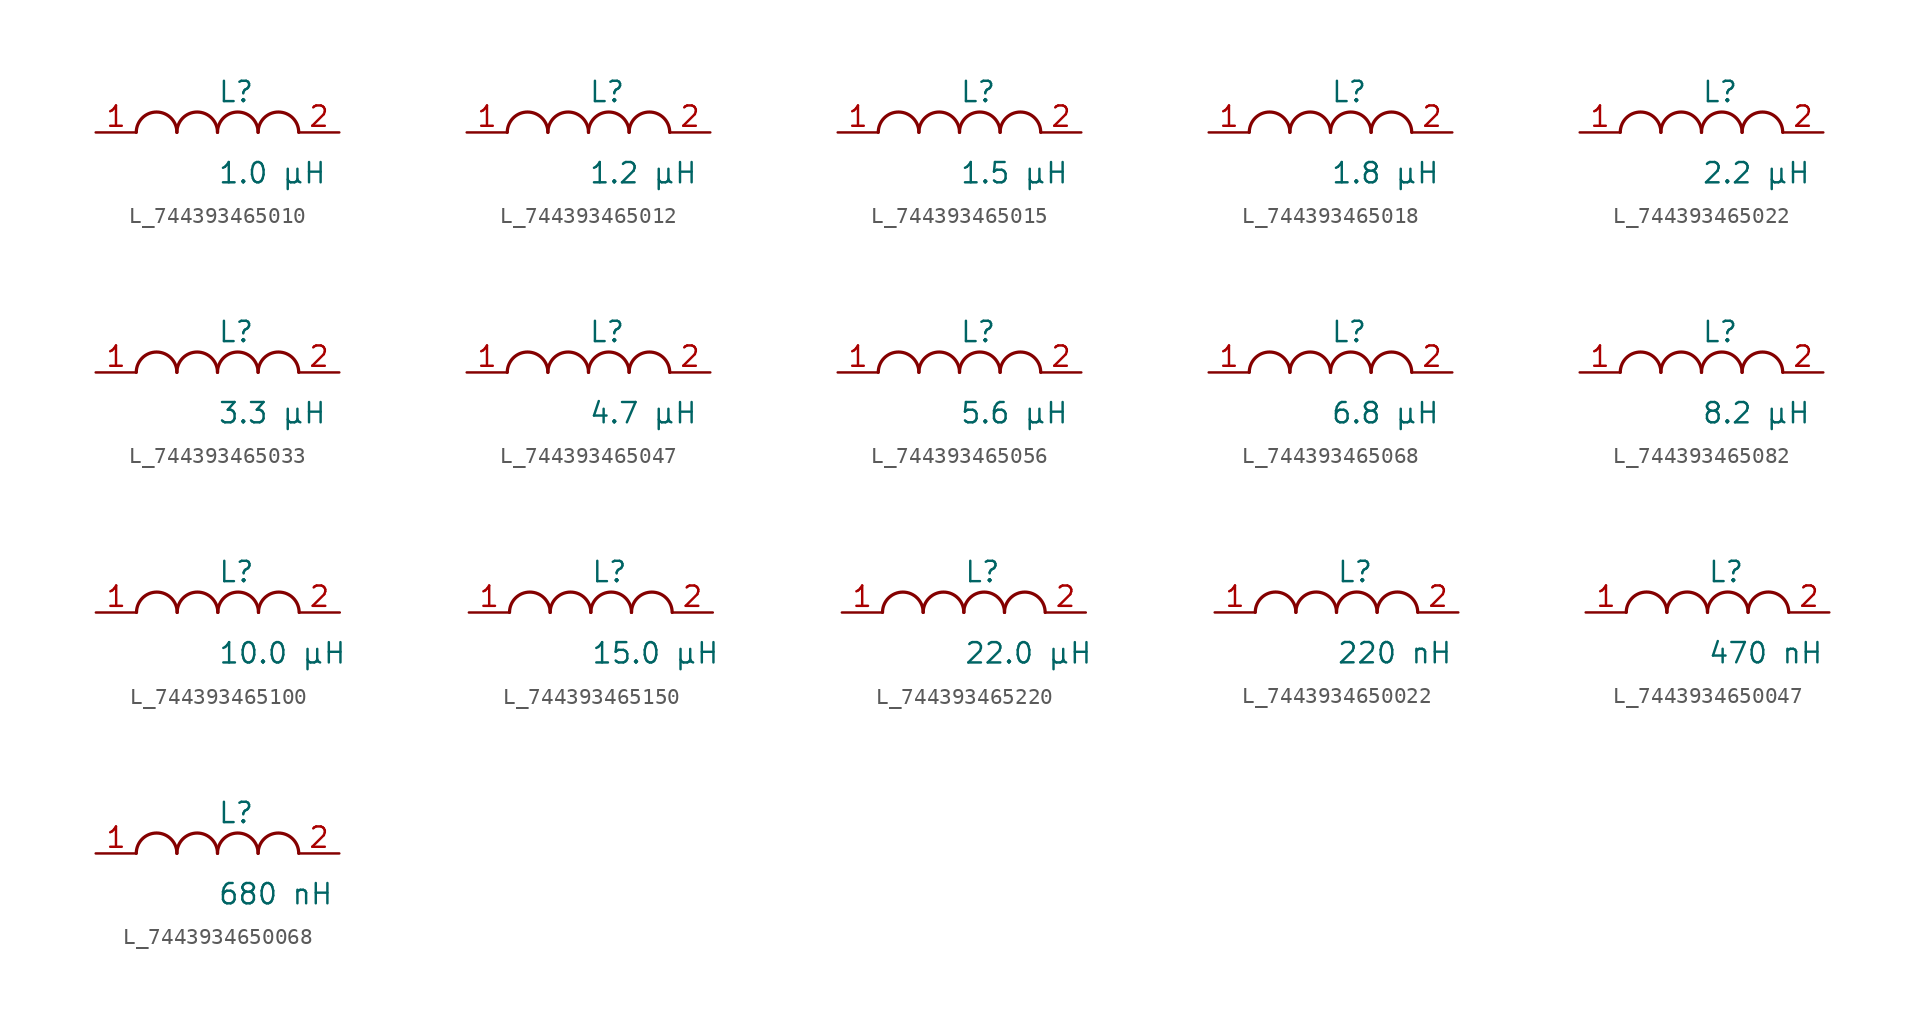
<source format=kicad_sym>
(kicad_symbol_lib
  (version 20231120)
  (generator kicad_symbol_editor)
  (generator_version 8.0)
  (symbol "L_744393465010"
    (pin_names
      (offset 0.254))
    (property "Reference" "L"
      (at 0 2.54 0)
      (effects (font (size 1.27 1.27)) (justify left)))
    (property "Value" "1.0 µH"
      (at 0 -2.54 0)
      (effects (font (size 1.27 1.27)) (justify left)))
    (symbol "L_744393465010_1_1"
      (arc (start -2.54 0.0056) (mid -3.81 1.27) (end -5.08 0.0056) (stroke (width 0.2032) (type default)) (fill (type none)))
      (arc (start 0 0.0056) (mid -1.27 1.27) (end -2.54 0.0056) (stroke (width 0.2032) (type default)) (fill (type none)))
      (arc (start 2.54 0.0056) (mid 1.27 1.27) (end 0 0.0056) (stroke (width 0.2032) (type default)) (fill (type none)))
      (arc (start 5.08 0.0056) (mid 3.81 1.27) (end 2.54 0.0056) (stroke (width 0.2032) (type default)) (fill (type none)))
      (pin unspecified line (at -7.62 0 0) (length 2.54) (name "" (effects (font (size 1.27 1.27)))) (number "1" (effects (font (size 1.27 1.27)))))
      (pin unspecified line (at 7.62 0 180) (length 2.54) (name "" (effects (font (size 1.27 1.27)))) (number "2" (effects (font (size 1.27 1.27)))))))
  (symbol "L_744393465012"
    (pin_names
      (offset 0.254))
    (property "Reference" "L"
      (at 0 2.54 0)
      (effects (font (size 1.27 1.27)) (justify left)))
    (property "Value" "1.2 µH"
      (at 0 -2.54 0)
      (effects (font (size 1.27 1.27)) (justify left)))
    (symbol "L_744393465012_1_1"
      (arc (start -2.54 0.0056) (mid -3.81 1.27) (end -5.08 0.0056) (stroke (width 0.2032) (type default)) (fill (type none)))
      (arc (start 0 0.0056) (mid -1.27 1.27) (end -2.54 0.0056) (stroke (width 0.2032) (type default)) (fill (type none)))
      (arc (start 2.54 0.0056) (mid 1.27 1.27) (end 0 0.0056) (stroke (width 0.2032) (type default)) (fill (type none)))
      (arc (start 5.08 0.0056) (mid 3.81 1.27) (end 2.54 0.0056) (stroke (width 0.2032) (type default)) (fill (type none)))
      (pin unspecified line (at -7.62 0 0) (length 2.54) (name "" (effects (font (size 1.27 1.27)))) (number "1" (effects (font (size 1.27 1.27)))))
      (pin unspecified line (at 7.62 0 180) (length 2.54) (name "" (effects (font (size 1.27 1.27)))) (number "2" (effects (font (size 1.27 1.27)))))))
  (symbol "L_744393465015"
    (pin_names
      (offset 0.254))
    (property "Reference" "L"
      (at 0 2.54 0)
      (effects (font (size 1.27 1.27)) (justify left)))
    (property "Value" "1.5 µH"
      (at 0 -2.54 0)
      (effects (font (size 1.27 1.27)) (justify left)))
    (symbol "L_744393465015_1_1"
      (arc (start -2.54 0.0056) (mid -3.81 1.27) (end -5.08 0.0056) (stroke (width 0.2032) (type default)) (fill (type none)))
      (arc (start 0 0.0056) (mid -1.27 1.27) (end -2.54 0.0056) (stroke (width 0.2032) (type default)) (fill (type none)))
      (arc (start 2.54 0.0056) (mid 1.27 1.27) (end 0 0.0056) (stroke (width 0.2032) (type default)) (fill (type none)))
      (arc (start 5.08 0.0056) (mid 3.81 1.27) (end 2.54 0.0056) (stroke (width 0.2032) (type default)) (fill (type none)))
      (pin unspecified line (at -7.62 0 0) (length 2.54) (name "" (effects (font (size 1.27 1.27)))) (number "1" (effects (font (size 1.27 1.27)))))
      (pin unspecified line (at 7.62 0 180) (length 2.54) (name "" (effects (font (size 1.27 1.27)))) (number "2" (effects (font (size 1.27 1.27)))))))
  (symbol "L_744393465018"
    (pin_names
      (offset 0.254))
    (property "Reference" "L"
      (at 0 2.54 0)
      (effects (font (size 1.27 1.27)) (justify left)))
    (property "Value" "1.8 µH"
      (at 0 -2.54 0)
      (effects (font (size 1.27 1.27)) (justify left)))
    (symbol "L_744393465018_1_1"
      (arc (start -2.54 0.0056) (mid -3.81 1.27) (end -5.08 0.0056) (stroke (width 0.2032) (type default)) (fill (type none)))
      (arc (start 0 0.0056) (mid -1.27 1.27) (end -2.54 0.0056) (stroke (width 0.2032) (type default)) (fill (type none)))
      (arc (start 2.54 0.0056) (mid 1.27 1.27) (end 0 0.0056) (stroke (width 0.2032) (type default)) (fill (type none)))
      (arc (start 5.08 0.0056) (mid 3.81 1.27) (end 2.54 0.0056) (stroke (width 0.2032) (type default)) (fill (type none)))
      (pin unspecified line (at -7.62 0 0) (length 2.54) (name "" (effects (font (size 1.27 1.27)))) (number "1" (effects (font (size 1.27 1.27)))))
      (pin unspecified line (at 7.62 0 180) (length 2.54) (name "" (effects (font (size 1.27 1.27)))) (number "2" (effects (font (size 1.27 1.27)))))))
  (symbol "L_744393465022"
    (pin_names
      (offset 0.254))
    (property "Reference" "L"
      (at 0 2.54 0)
      (effects (font (size 1.27 1.27)) (justify left)))
    (property "Value" "2.2 µH"
      (at 0 -2.54 0)
      (effects (font (size 1.27 1.27)) (justify left)))
    (symbol "L_744393465022_1_1"
      (arc (start -2.54 0.0056) (mid -3.81 1.27) (end -5.08 0.0056) (stroke (width 0.2032) (type default)) (fill (type none)))
      (arc (start 0 0.0056) (mid -1.27 1.27) (end -2.54 0.0056) (stroke (width 0.2032) (type default)) (fill (type none)))
      (arc (start 2.54 0.0056) (mid 1.27 1.27) (end 0 0.0056) (stroke (width 0.2032) (type default)) (fill (type none)))
      (arc (start 5.08 0.0056) (mid 3.81 1.27) (end 2.54 0.0056) (stroke (width 0.2032) (type default)) (fill (type none)))
      (pin unspecified line (at -7.62 0 0) (length 2.54) (name "" (effects (font (size 1.27 1.27)))) (number "1" (effects (font (size 1.27 1.27)))))
      (pin unspecified line (at 7.62 0 180) (length 2.54) (name "" (effects (font (size 1.27 1.27)))) (number "2" (effects (font (size 1.27 1.27)))))))
  (symbol "L_744393465033"
    (pin_names
      (offset 0.254))
    (property "Reference" "L"
      (at 0 2.54 0)
      (effects (font (size 1.27 1.27)) (justify left)))
    (property "Value" "3.3 µH"
      (at 0 -2.54 0)
      (effects (font (size 1.27 1.27)) (justify left)))
    (symbol "L_744393465033_1_1"
      (arc (start -2.54 0.0056) (mid -3.81 1.27) (end -5.08 0.0056) (stroke (width 0.2032) (type default)) (fill (type none)))
      (arc (start 0 0.0056) (mid -1.27 1.27) (end -2.54 0.0056) (stroke (width 0.2032) (type default)) (fill (type none)))
      (arc (start 2.54 0.0056) (mid 1.27 1.27) (end 0 0.0056) (stroke (width 0.2032) (type default)) (fill (type none)))
      (arc (start 5.08 0.0056) (mid 3.81 1.27) (end 2.54 0.0056) (stroke (width 0.2032) (type default)) (fill (type none)))
      (pin unspecified line (at -7.62 0 0) (length 2.54) (name "" (effects (font (size 1.27 1.27)))) (number "1" (effects (font (size 1.27 1.27)))))
      (pin unspecified line (at 7.62 0 180) (length 2.54) (name "" (effects (font (size 1.27 1.27)))) (number "2" (effects (font (size 1.27 1.27)))))))
  (symbol "L_744393465047"
    (pin_names
      (offset 0.254))
    (property "Reference" "L"
      (at 0 2.54 0)
      (effects (font (size 1.27 1.27)) (justify left)))
    (property "Value" "4.7 µH"
      (at 0 -2.54 0)
      (effects (font (size 1.27 1.27)) (justify left)))
    (symbol "L_744393465047_1_1"
      (arc (start -2.54 0.0056) (mid -3.81 1.27) (end -5.08 0.0056) (stroke (width 0.2032) (type default)) (fill (type none)))
      (arc (start 0 0.0056) (mid -1.27 1.27) (end -2.54 0.0056) (stroke (width 0.2032) (type default)) (fill (type none)))
      (arc (start 2.54 0.0056) (mid 1.27 1.27) (end 0 0.0056) (stroke (width 0.2032) (type default)) (fill (type none)))
      (arc (start 5.08 0.0056) (mid 3.81 1.27) (end 2.54 0.0056) (stroke (width 0.2032) (type default)) (fill (type none)))
      (pin unspecified line (at -7.62 0 0) (length 2.54) (name "" (effects (font (size 1.27 1.27)))) (number "1" (effects (font (size 1.27 1.27)))))
      (pin unspecified line (at 7.62 0 180) (length 2.54) (name "" (effects (font (size 1.27 1.27)))) (number "2" (effects (font (size 1.27 1.27)))))))
  (symbol "L_744393465056"
    (pin_names
      (offset 0.254))
    (property "Reference" "L"
      (at 0 2.54 0)
      (effects (font (size 1.27 1.27)) (justify left)))
    (property "Value" "5.6 µH"
      (at 0 -2.54 0)
      (effects (font (size 1.27 1.27)) (justify left)))
    (symbol "L_744393465056_1_1"
      (arc (start -2.54 0.0056) (mid -3.81 1.27) (end -5.08 0.0056) (stroke (width 0.2032) (type default)) (fill (type none)))
      (arc (start 0 0.0056) (mid -1.27 1.27) (end -2.54 0.0056) (stroke (width 0.2032) (type default)) (fill (type none)))
      (arc (start 2.54 0.0056) (mid 1.27 1.27) (end 0 0.0056) (stroke (width 0.2032) (type default)) (fill (type none)))
      (arc (start 5.08 0.0056) (mid 3.81 1.27) (end 2.54 0.0056) (stroke (width 0.2032) (type default)) (fill (type none)))
      (pin unspecified line (at -7.62 0 0) (length 2.54) (name "" (effects (font (size 1.27 1.27)))) (number "1" (effects (font (size 1.27 1.27)))))
      (pin unspecified line (at 7.62 0 180) (length 2.54) (name "" (effects (font (size 1.27 1.27)))) (number "2" (effects (font (size 1.27 1.27)))))))
  (symbol "L_744393465068"
    (pin_names
      (offset 0.254))
    (property "Reference" "L"
      (at 0 2.54 0)
      (effects (font (size 1.27 1.27)) (justify left)))
    (property "Value" "6.8 µH"
      (at 0 -2.54 0)
      (effects (font (size 1.27 1.27)) (justify left)))
    (symbol "L_744393465068_1_1"
      (arc (start -2.54 0.0056) (mid -3.81 1.27) (end -5.08 0.0056) (stroke (width 0.2032) (type default)) (fill (type none)))
      (arc (start 0 0.0056) (mid -1.27 1.27) (end -2.54 0.0056) (stroke (width 0.2032) (type default)) (fill (type none)))
      (arc (start 2.54 0.0056) (mid 1.27 1.27) (end 0 0.0056) (stroke (width 0.2032) (type default)) (fill (type none)))
      (arc (start 5.08 0.0056) (mid 3.81 1.27) (end 2.54 0.0056) (stroke (width 0.2032) (type default)) (fill (type none)))
      (pin unspecified line (at -7.62 0 0) (length 2.54) (name "" (effects (font (size 1.27 1.27)))) (number "1" (effects (font (size 1.27 1.27)))))
      (pin unspecified line (at 7.62 0 180) (length 2.54) (name "" (effects (font (size 1.27 1.27)))) (number "2" (effects (font (size 1.27 1.27)))))))
  (symbol "L_744393465082"
    (pin_names
      (offset 0.254))
    (property "Reference" "L"
      (at 0 2.54 0)
      (effects (font (size 1.27 1.27)) (justify left)))
    (property "Value" "8.2 µH"
      (at 0 -2.54 0)
      (effects (font (size 1.27 1.27)) (justify left)))
    (symbol "L_744393465082_1_1"
      (arc (start -2.54 0.0056) (mid -3.81 1.27) (end -5.08 0.0056) (stroke (width 0.2032) (type default)) (fill (type none)))
      (arc (start 0 0.0056) (mid -1.27 1.27) (end -2.54 0.0056) (stroke (width 0.2032) (type default)) (fill (type none)))
      (arc (start 2.54 0.0056) (mid 1.27 1.27) (end 0 0.0056) (stroke (width 0.2032) (type default)) (fill (type none)))
      (arc (start 5.08 0.0056) (mid 3.81 1.27) (end 2.54 0.0056) (stroke (width 0.2032) (type default)) (fill (type none)))
      (pin unspecified line (at -7.62 0 0) (length 2.54) (name "" (effects (font (size 1.27 1.27)))) (number "1" (effects (font (size 1.27 1.27)))))
      (pin unspecified line (at 7.62 0 180) (length 2.54) (name "" (effects (font (size 1.27 1.27)))) (number "2" (effects (font (size 1.27 1.27)))))))
  (symbol "L_744393465100"
    (pin_names
      (offset 0.254))
    (property "Reference" "L"
      (at 0 2.54 0)
      (effects (font (size 1.27 1.27)) (justify left)))
    (property "Value" "10.0 µH"
      (at 0 -2.54 0)
      (effects (font (size 1.27 1.27)) (justify left)))
    (symbol "L_744393465100_1_1"
      (arc (start -2.54 0.0056) (mid -3.81 1.27) (end -5.08 0.0056) (stroke (width 0.2032) (type default)) (fill (type none)))
      (arc (start 0 0.0056) (mid -1.27 1.27) (end -2.54 0.0056) (stroke (width 0.2032) (type default)) (fill (type none)))
      (arc (start 2.54 0.0056) (mid 1.27 1.27) (end 0 0.0056) (stroke (width 0.2032) (type default)) (fill (type none)))
      (arc (start 5.08 0.0056) (mid 3.81 1.27) (end 2.54 0.0056) (stroke (width 0.2032) (type default)) (fill (type none)))
      (pin unspecified line (at -7.62 0 0) (length 2.54) (name "" (effects (font (size 1.27 1.27)))) (number "1" (effects (font (size 1.27 1.27)))))
      (pin unspecified line (at 7.62 0 180) (length 2.54) (name "" (effects (font (size 1.27 1.27)))) (number "2" (effects (font (size 1.27 1.27)))))))
  (symbol "L_744393465150"
    (pin_names
      (offset 0.254))
    (property "Reference" "L"
      (at 0 2.54 0)
      (effects (font (size 1.27 1.27)) (justify left)))
    (property "Value" "15.0 µH"
      (at 0 -2.54 0)
      (effects (font (size 1.27 1.27)) (justify left)))
    (symbol "L_744393465150_1_1"
      (arc (start -2.54 0.0056) (mid -3.81 1.27) (end -5.08 0.0056) (stroke (width 0.2032) (type default)) (fill (type none)))
      (arc (start 0 0.0056) (mid -1.27 1.27) (end -2.54 0.0056) (stroke (width 0.2032) (type default)) (fill (type none)))
      (arc (start 2.54 0.0056) (mid 1.27 1.27) (end 0 0.0056) (stroke (width 0.2032) (type default)) (fill (type none)))
      (arc (start 5.08 0.0056) (mid 3.81 1.27) (end 2.54 0.0056) (stroke (width 0.2032) (type default)) (fill (type none)))
      (pin unspecified line (at -7.62 0 0) (length 2.54) (name "" (effects (font (size 1.27 1.27)))) (number "1" (effects (font (size 1.27 1.27)))))
      (pin unspecified line (at 7.62 0 180) (length 2.54) (name "" (effects (font (size 1.27 1.27)))) (number "2" (effects (font (size 1.27 1.27)))))))
  (symbol "L_744393465220"
    (pin_names
      (offset 0.254))
    (property "Reference" "L"
      (at 0 2.54 0)
      (effects (font (size 1.27 1.27)) (justify left)))
    (property "Value" "22.0 µH"
      (at 0 -2.54 0)
      (effects (font (size 1.27 1.27)) (justify left)))
    (symbol "L_744393465220_1_1"
      (arc (start -2.54 0.0056) (mid -3.81 1.27) (end -5.08 0.0056) (stroke (width 0.2032) (type default)) (fill (type none)))
      (arc (start 0 0.0056) (mid -1.27 1.27) (end -2.54 0.0056) (stroke (width 0.2032) (type default)) (fill (type none)))
      (arc (start 2.54 0.0056) (mid 1.27 1.27) (end 0 0.0056) (stroke (width 0.2032) (type default)) (fill (type none)))
      (arc (start 5.08 0.0056) (mid 3.81 1.27) (end 2.54 0.0056) (stroke (width 0.2032) (type default)) (fill (type none)))
      (pin unspecified line (at -7.62 0 0) (length 2.54) (name "" (effects (font (size 1.27 1.27)))) (number "1" (effects (font (size 1.27 1.27)))))
      (pin unspecified line (at 7.62 0 180) (length 2.54) (name "" (effects (font (size 1.27 1.27)))) (number "2" (effects (font (size 1.27 1.27)))))))
  (symbol "L_7443934650022"
    (pin_names
      (offset 0.254))
    (property "Reference" "L"
      (at 0 2.54 0)
      (effects (font (size 1.27 1.27)) (justify left)))
    (property "Value" "220 nH"
      (at 0 -2.54 0)
      (effects (font (size 1.27 1.27)) (justify left)))
    (symbol "L_7443934650022_1_1"
      (arc (start -2.54 0.0056) (mid -3.81 1.27) (end -5.08 0.0056) (stroke (width 0.2032) (type default)) (fill (type none)))
      (arc (start 0 0.0056) (mid -1.27 1.27) (end -2.54 0.0056) (stroke (width 0.2032) (type default)) (fill (type none)))
      (arc (start 2.54 0.0056) (mid 1.27 1.27) (end 0 0.0056) (stroke (width 0.2032) (type default)) (fill (type none)))
      (arc (start 5.08 0.0056) (mid 3.81 1.27) (end 2.54 0.0056) (stroke (width 0.2032) (type default)) (fill (type none)))
      (pin unspecified line (at -7.62 0 0) (length 2.54) (name "" (effects (font (size 1.27 1.27)))) (number "1" (effects (font (size 1.27 1.27)))))
      (pin unspecified line (at 7.62 0 180) (length 2.54) (name "" (effects (font (size 1.27 1.27)))) (number "2" (effects (font (size 1.27 1.27)))))))
  (symbol "L_7443934650047"
    (pin_names
      (offset 0.254))
    (property "Reference" "L"
      (at 0 2.54 0)
      (effects (font (size 1.27 1.27)) (justify left)))
    (property "Value" "470 nH"
      (at 0 -2.54 0)
      (effects (font (size 1.27 1.27)) (justify left)))
    (symbol "L_7443934650047_1_1"
      (arc (start -2.54 0.0056) (mid -3.81 1.27) (end -5.08 0.0056) (stroke (width 0.2032) (type default)) (fill (type none)))
      (arc (start 0 0.0056) (mid -1.27 1.27) (end -2.54 0.0056) (stroke (width 0.2032) (type default)) (fill (type none)))
      (arc (start 2.54 0.0056) (mid 1.27 1.27) (end 0 0.0056) (stroke (width 0.2032) (type default)) (fill (type none)))
      (arc (start 5.08 0.0056) (mid 3.81 1.27) (end 2.54 0.0056) (stroke (width 0.2032) (type default)) (fill (type none)))
      (pin unspecified line (at -7.62 0 0) (length 2.54) (name "" (effects (font (size 1.27 1.27)))) (number "1" (effects (font (size 1.27 1.27)))))
      (pin unspecified line (at 7.62 0 180) (length 2.54) (name "" (effects (font (size 1.27 1.27)))) (number "2" (effects (font (size 1.27 1.27)))))))
  (symbol "L_7443934650068"
    (pin_names
      (offset 0.254))
    (property "Reference" "L"
      (at 0 2.54 0)
      (effects (font (size 1.27 1.27)) (justify left)))
    (property "Value" "680 nH"
      (at 0 -2.54 0)
      (effects (font (size 1.27 1.27)) (justify left)))
    (symbol "L_7443934650068_1_1"
      (arc (start -2.54 0.0056) (mid -3.81 1.27) (end -5.08 0.0056) (stroke (width 0.2032) (type default)) (fill (type none)))
      (arc (start 0 0.0056) (mid -1.27 1.27) (end -2.54 0.0056) (stroke (width 0.2032) (type default)) (fill (type none)))
      (arc (start 2.54 0.0056) (mid 1.27 1.27) (end 0 0.0056) (stroke (width 0.2032) (type default)) (fill (type none)))
      (arc (start 5.08 0.0056) (mid 3.81 1.27) (end 2.54 0.0056) (stroke (width 0.2032) (type default)) (fill (type none)))
      (pin unspecified line (at -7.62 0 0) (length 2.54) (name "" (effects (font (size 1.27 1.27)))) (number "1" (effects (font (size 1.27 1.27)))))
      (pin unspecified line (at 7.62 0 180) (length 2.54) (name "" (effects (font (size 1.27 1.27)))) (number "2" (effects (font (size 1.27 1.27))))))))
</source>
